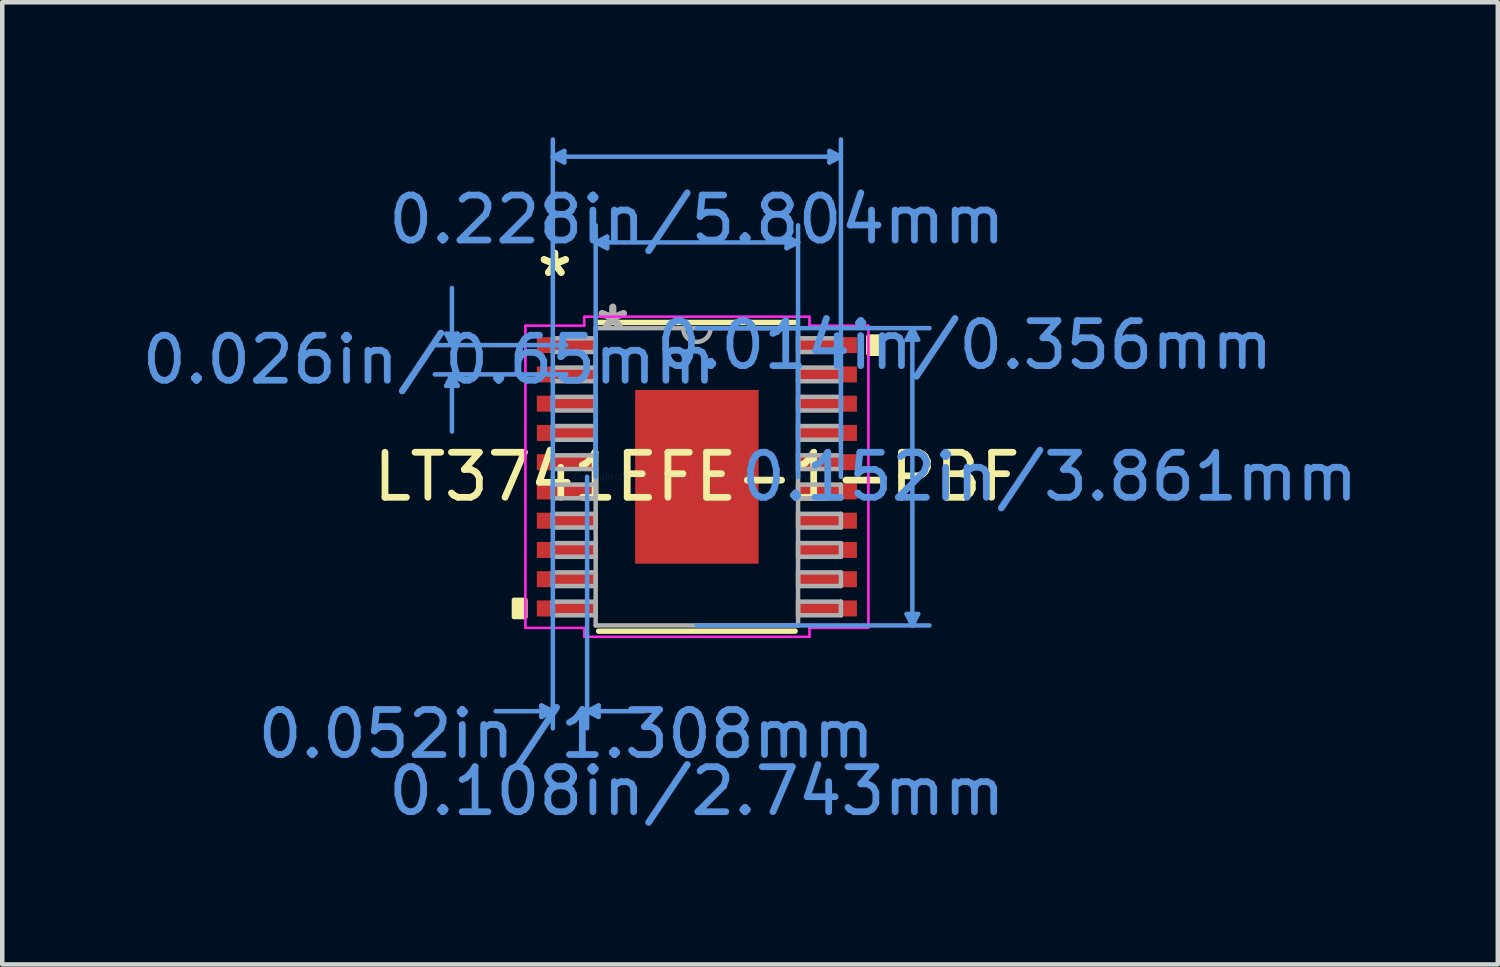
<source format=kicad_pcb>
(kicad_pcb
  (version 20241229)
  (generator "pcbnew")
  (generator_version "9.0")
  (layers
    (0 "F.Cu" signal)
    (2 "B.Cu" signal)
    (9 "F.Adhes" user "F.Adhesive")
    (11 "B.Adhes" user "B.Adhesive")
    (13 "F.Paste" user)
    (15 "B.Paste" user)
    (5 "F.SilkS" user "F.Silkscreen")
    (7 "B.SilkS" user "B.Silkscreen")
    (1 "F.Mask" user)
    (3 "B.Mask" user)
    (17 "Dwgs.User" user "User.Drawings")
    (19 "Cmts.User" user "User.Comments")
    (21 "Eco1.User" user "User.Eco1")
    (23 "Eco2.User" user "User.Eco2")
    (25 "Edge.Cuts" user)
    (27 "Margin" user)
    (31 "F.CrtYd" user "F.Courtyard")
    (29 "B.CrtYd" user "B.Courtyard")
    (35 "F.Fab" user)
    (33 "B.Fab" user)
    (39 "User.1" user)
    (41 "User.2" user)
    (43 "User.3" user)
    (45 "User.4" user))
  (footprint "LT3741EFE-1-PBF"
    (layer "F.Cu")
    (at 12.432 7.543)
    (property "Reference" "LT3741EFE-1-PBF" (at 0 0 0) (layer "F.SilkS") (effects (font (size 1 1) (thickness 0.15))))
    (attr through_hole)
    (fp_line (start -2.183 3.429) (end 2.183 3.429) (stroke (width 0.12) (type solid)) (layer "F.SilkS"))
    (fp_line (start 2.183 -3.429) (end -2.183 -3.429) (stroke (width 0.12) (type solid)) (layer "F.SilkS"))
    (fp_poly (pts (xy -4.064 2.734) (xy -4.064 3.115) (xy -3.81 3.115) (xy -3.81 2.734)) (stroke (width 0.1) (type solid)) (fill yes) (layer "F.SilkS"))
    (fp_poly (pts (xy 4.064 -3.115) (xy 4.064 -2.734) (xy 3.81 -2.734) (xy 3.81 -3.115)) (stroke (width 0.1) (type solid)) (fill yes) (layer "F.SilkS"))
    (fp_poly (pts (xy -1.272 -1.83) (xy -1.272 -0.743) (xy -0.1 -0.743) (xy -0.1 -1.83)) (stroke (width 0.1) (type solid)) (fill yes) (layer "F.Paste"))
    (fp_poly (pts (xy -1.272 -0.543) (xy -1.272 0.543) (xy -0.1 0.543) (xy -0.1 -0.543)) (stroke (width 0.1) (type solid)) (fill yes) (layer "F.Paste"))
    (fp_poly (pts (xy -1.272 0.743) (xy -1.272 1.83) (xy -0.1 1.83) (xy -0.1 0.743)) (stroke (width 0.1) (type solid)) (fill yes) (layer "F.Paste"))
    (fp_poly (pts (xy 0.1 -1.83) (xy 0.1 -0.743) (xy 1.272 -0.743) (xy 1.272 -1.83)) (stroke (width 0.1) (type solid)) (fill yes) (layer "F.Paste"))
    (fp_poly (pts (xy 0.1 -0.543) (xy 0.1 0.543) (xy 1.272 0.543) (xy 1.272 -0.543)) (stroke (width 0.1) (type solid)) (fill yes) (layer "F.Paste"))
    (fp_poly (pts (xy 0.1 0.743) (xy 0.1 1.83) (xy 1.272 1.83) (xy 1.272 0.743)) (stroke (width 0.1) (type solid)) (fill yes) (layer "F.Paste"))
    (fp_line (start -5.569 -3.179) (end -5.315 -3.179) (stroke (width 0.1) (type solid)) (layer "Cmts.User"))
    (fp_line (start -5.569 -2.021) (end -5.315 -2.021) (stroke (width 0.1) (type solid)) (layer "Cmts.User"))
    (fp_line (start -5.442 -2.925) (end -5.569 -3.179) (stroke (width 0.1) (type solid)) (layer "Cmts.User"))
    (fp_line (start -5.442 -2.925) (end -5.442 -4.195) (stroke (width 0.1) (type solid)) (layer "Cmts.User"))
    (fp_line (start -5.442 -2.925) (end -5.315 -3.179) (stroke (width 0.1) (type solid)) (layer "Cmts.User"))
    (fp_line (start -5.442 -2.275) (end -5.569 -2.021) (stroke (width 0.1) (type solid)) (layer "Cmts.User"))
    (fp_line (start -5.442 -2.275) (end -5.442 -1.005) (stroke (width 0.1) (type solid)) (layer "Cmts.User"))
    (fp_line (start -5.442 -2.275) (end -5.315 -2.021) (stroke (width 0.1) (type solid)) (layer "Cmts.User"))
    (fp_line (start -3.454 5.08) (end -3.454 5.334) (stroke (width 0.1) (type solid)) (layer "Cmts.User"))
    (fp_line (start -3.2 -7.112) (end -2.946 -7.239) (stroke (width 0.1) (type solid)) (layer "Cmts.User"))
    (fp_line (start -3.2 -7.112) (end -2.946 -6.985) (stroke (width 0.1) (type solid)) (layer "Cmts.User"))
    (fp_line (start -3.2 -7.112) (end 3.2 -7.112) (stroke (width 0.1) (type solid)) (layer "Cmts.User"))
    (fp_line (start -3.2 0) (end -3.2 -7.493) (stroke (width 0.1) (type solid)) (layer "Cmts.User"))
    (fp_line (start -3.2 0) (end -3.2 5.588) (stroke (width 0.1) (type solid)) (layer "Cmts.User"))
    (fp_line (start -3.2 5.207) (end -4.47 5.207) (stroke (width 0.1) (type solid)) (layer "Cmts.User"))
    (fp_line (start -3.2 5.207) (end -3.454 5.08) (stroke (width 0.1) (type solid)) (layer "Cmts.User"))
    (fp_line (start -3.2 5.207) (end -3.454 5.334) (stroke (width 0.1) (type solid)) (layer "Cmts.User"))
    (fp_line (start -2.946 -7.239) (end -2.946 -6.985) (stroke (width 0.1) (type solid)) (layer "Cmts.User"))
    (fp_line (start -2.902 -2.925) (end -5.823 -2.925) (stroke (width 0.1) (type solid)) (layer "Cmts.User"))
    (fp_line (start -2.902 -2.275) (end -5.823 -2.275) (stroke (width 0.1) (type solid)) (layer "Cmts.User"))
    (fp_line (start -2.438 0) (end -2.438 5.588) (stroke (width 0.1) (type solid)) (layer "Cmts.User"))
    (fp_line (start -2.438 5.207) (end -2.184 5.08) (stroke (width 0.1) (type solid)) (layer "Cmts.User"))
    (fp_line (start -2.438 5.207) (end -2.184 5.334) (stroke (width 0.1) (type solid)) (layer "Cmts.User"))
    (fp_line (start -2.438 5.207) (end -1.168 5.207) (stroke (width 0.1) (type solid)) (layer "Cmts.User"))
    (fp_line (start -2.248 -5.207) (end -1.994 -5.334) (stroke (width 0.1) (type solid)) (layer "Cmts.User"))
    (fp_line (start -2.248 -5.207) (end -1.994 -5.08) (stroke (width 0.1) (type solid)) (layer "Cmts.User"))
    (fp_line (start -2.248 -5.207) (end 2.248 -5.207) (stroke (width 0.1) (type solid)) (layer "Cmts.User"))
    (fp_line (start -2.248 0) (end -2.248 -5.588) (stroke (width 0.1) (type solid)) (layer "Cmts.User"))
    (fp_line (start -2.184 5.08) (end -2.184 5.334) (stroke (width 0.1) (type solid)) (layer "Cmts.User"))
    (fp_line (start -1.994 -5.334) (end -1.994 -5.08) (stroke (width 0.1) (type solid)) (layer "Cmts.User"))
    (fp_line (start 0 -3.302) (end 5.169 -3.302) (stroke (width 0.1) (type solid)) (layer "Cmts.User"))
    (fp_line (start 0 3.302) (end 5.169 3.302) (stroke (width 0.1) (type solid)) (layer "Cmts.User"))
    (fp_line (start 1.994 -5.334) (end 1.994 -5.08) (stroke (width 0.1) (type solid)) (layer "Cmts.User"))
    (fp_line (start 2.248 -5.207) (end 1.994 -5.334) (stroke (width 0.1) (type solid)) (layer "Cmts.User"))
    (fp_line (start 2.248 -5.207) (end 1.994 -5.08) (stroke (width 0.1) (type solid)) (layer "Cmts.User"))
    (fp_line (start 2.248 0) (end 2.248 -5.588) (stroke (width 0.1) (type solid)) (layer "Cmts.User"))
    (fp_line (start 2.946 -7.239) (end 2.946 -6.985) (stroke (width 0.1) (type solid)) (layer "Cmts.User"))
    (fp_line (start 3.2 -7.112) (end 2.946 -7.239) (stroke (width 0.1) (type solid)) (layer "Cmts.User"))
    (fp_line (start 3.2 -7.112) (end 2.946 -6.985) (stroke (width 0.1) (type solid)) (layer "Cmts.User"))
    (fp_line (start 3.2 0) (end 3.2 -7.493) (stroke (width 0.1) (type solid)) (layer "Cmts.User"))
    (fp_line (start 4.661 -3.048) (end 4.915 -3.048) (stroke (width 0.1) (type solid)) (layer "Cmts.User"))
    (fp_line (start 4.661 3.048) (end 4.915 3.048) (stroke (width 0.1) (type solid)) (layer "Cmts.User"))
    (fp_line (start 4.788 -3.302) (end 4.661 -3.048) (stroke (width 0.1) (type solid)) (layer "Cmts.User"))
    (fp_line (start 4.788 -3.302) (end 4.788 3.302) (stroke (width 0.1) (type solid)) (layer "Cmts.User"))
    (fp_line (start 4.788 -3.302) (end 4.915 -3.048) (stroke (width 0.1) (type solid)) (layer "Cmts.User"))
    (fp_line (start 4.788 3.302) (end 4.661 3.048) (stroke (width 0.1) (type solid)) (layer "Cmts.User"))
    (fp_line (start 4.788 3.302) (end 4.915 3.048) (stroke (width 0.1) (type solid)) (layer "Cmts.User"))
    (fp_line (start -3.81 -3.357) (end -2.502 -3.357) (stroke (width 0.05) (type solid)) (layer "F.CrtYd"))
    (fp_line (start -3.81 -3.357) (end -2.502 -3.357) (stroke (width 0.05) (type solid)) (layer "F.CrtYd"))
    (fp_line (start -3.81 3.357) (end -3.81 -3.357) (stroke (width 0.05) (type solid)) (layer "F.CrtYd"))
    (fp_line (start -3.81 3.357) (end -3.81 -3.357) (stroke (width 0.05) (type solid)) (layer "F.CrtYd"))
    (fp_line (start -3.81 3.357) (end -2.502 3.357) (stroke (width 0.05) (type solid)) (layer "F.CrtYd"))
    (fp_line (start -2.502 -3.556) (end 2.502 -3.556) (stroke (width 0.05) (type solid)) (layer "F.CrtYd"))
    (fp_line (start -2.502 -3.556) (end 2.502 -3.556) (stroke (width 0.05) (type solid)) (layer "F.CrtYd"))
    (fp_line (start -2.502 -3.357) (end -2.502 -3.556) (stroke (width 0.05) (type solid)) (layer "F.CrtYd"))
    (fp_line (start -2.502 -3.357) (end -2.502 -3.556) (stroke (width 0.05) (type solid)) (layer "F.CrtYd"))
    (fp_line (start -2.502 3.357) (end -3.81 3.357) (stroke (width 0.05) (type solid)) (layer "F.CrtYd"))
    (fp_line (start -2.502 3.556) (end -2.502 3.357) (stroke (width 0.05) (type solid)) (layer "F.CrtYd"))
    (fp_line (start -2.502 3.556) (end -2.502 3.357) (stroke (width 0.05) (type solid)) (layer "F.CrtYd"))
    (fp_line (start 2.502 -3.556) (end 2.502 -3.357) (stroke (width 0.05) (type solid)) (layer "F.CrtYd"))
    (fp_line (start 2.502 -3.556) (end 2.502 -3.357) (stroke (width 0.05) (type solid)) (layer "F.CrtYd"))
    (fp_line (start 2.502 -3.357) (end 3.81 -3.357) (stroke (width 0.05) (type solid)) (layer "F.CrtYd"))
    (fp_line (start 2.502 3.357) (end 2.502 3.556) (stroke (width 0.05) (type solid)) (layer "F.CrtYd"))
    (fp_line (start 2.502 3.357) (end 2.502 3.556) (stroke (width 0.05) (type solid)) (layer "F.CrtYd"))
    (fp_line (start 2.502 3.556) (end -2.502 3.556) (stroke (width 0.05) (type solid)) (layer "F.CrtYd"))
    (fp_line (start 2.502 3.556) (end -2.502 3.556) (stroke (width 0.05) (type solid)) (layer "F.CrtYd"))
    (fp_line (start 3.81 -3.357) (end 2.502 -3.357) (stroke (width 0.05) (type solid)) (layer "F.CrtYd"))
    (fp_line (start 3.81 -3.357) (end 3.81 3.357) (stroke (width 0.05) (type solid)) (layer "F.CrtYd"))
    (fp_line (start 3.81 -3.357) (end 3.81 3.357) (stroke (width 0.05) (type solid)) (layer "F.CrtYd"))
    (fp_line (start 3.81 3.357) (end 2.502 3.357) (stroke (width 0.05) (type solid)) (layer "F.CrtYd"))
    (fp_line (start 3.81 3.357) (end 2.502 3.357) (stroke (width 0.05) (type solid)) (layer "F.CrtYd"))
    (fp_line (start -3.2 -3.077) (end -3.2 -2.773) (stroke (width 0.1) (type solid)) (layer "F.Fab"))
    (fp_line (start -3.2 -2.773) (end -2.248 -2.773) (stroke (width 0.1) (type solid)) (layer "F.Fab"))
    (fp_line (start -3.2 -2.427) (end -3.2 -2.123) (stroke (width 0.1) (type solid)) (layer "F.Fab"))
    (fp_line (start -3.2 -2.123) (end -2.248 -2.123) (stroke (width 0.1) (type solid)) (layer "F.Fab"))
    (fp_line (start -3.2 -1.777) (end -3.2 -1.473) (stroke (width 0.1) (type solid)) (layer "F.Fab"))
    (fp_line (start -3.2 -1.473) (end -2.248 -1.473) (stroke (width 0.1) (type solid)) (layer "F.Fab"))
    (fp_line (start -3.2 -1.127) (end -3.2 -0.823) (stroke (width 0.1) (type solid)) (layer "F.Fab"))
    (fp_line (start -3.2 -0.823) (end -2.248 -0.823) (stroke (width 0.1) (type solid)) (layer "F.Fab"))
    (fp_line (start -3.2 -0.477) (end -3.2 -0.173) (stroke (width 0.1) (type solid)) (layer "F.Fab"))
    (fp_line (start -3.2 -0.173) (end -2.248 -0.173) (stroke (width 0.1) (type solid)) (layer "F.Fab"))
    (fp_line (start -3.2 0.173) (end -3.2 0.477) (stroke (width 0.1) (type solid)) (layer "F.Fab"))
    (fp_line (start -3.2 0.477) (end -2.248 0.477) (stroke (width 0.1) (type solid)) (layer "F.Fab"))
    (fp_line (start -3.2 0.823) (end -3.2 1.127) (stroke (width 0.1) (type solid)) (layer "F.Fab"))
    (fp_line (start -3.2 1.127) (end -2.248 1.127) (stroke (width 0.1) (type solid)) (layer "F.Fab"))
    (fp_line (start -3.2 1.473) (end -3.2 1.777) (stroke (width 0.1) (type solid)) (layer "F.Fab"))
    (fp_line (start -3.2 1.777) (end -2.248 1.777) (stroke (width 0.1) (type solid)) (layer "F.Fab"))
    (fp_line (start -3.2 2.123) (end -3.2 2.427) (stroke (width 0.1) (type solid)) (layer "F.Fab"))
    (fp_line (start -3.2 2.427) (end -2.248 2.427) (stroke (width 0.1) (type solid)) (layer "F.Fab"))
    (fp_line (start -3.2 2.773) (end -3.2 3.077) (stroke (width 0.1) (type solid)) (layer "F.Fab"))
    (fp_line (start -3.2 3.077) (end -2.248 3.077) (stroke (width 0.1) (type solid)) (layer "F.Fab"))
    (fp_line (start -2.248 -3.302) (end -2.248 3.302) (stroke (width 0.1) (type solid)) (layer "F.Fab"))
    (fp_line (start -2.248 -3.077) (end -3.2 -3.077) (stroke (width 0.1) (type solid)) (layer "F.Fab"))
    (fp_line (start -2.248 -2.773) (end -2.248 -3.077) (stroke (width 0.1) (type solid)) (layer "F.Fab"))
    (fp_line (start -2.248 -2.427) (end -3.2 -2.427) (stroke (width 0.1) (type solid)) (layer "F.Fab"))
    (fp_line (start -2.248 -2.123) (end -2.248 -2.427) (stroke (width 0.1) (type solid)) (layer "F.Fab"))
    (fp_line (start -2.248 -1.777) (end -3.2 -1.777) (stroke (width 0.1) (type solid)) (layer "F.Fab"))
    (fp_line (start -2.248 -1.473) (end -2.248 -1.777) (stroke (width 0.1) (type solid)) (layer "F.Fab"))
    (fp_line (start -2.248 -1.127) (end -3.2 -1.127) (stroke (width 0.1) (type solid)) (layer "F.Fab"))
    (fp_line (start -2.248 -0.823) (end -2.248 -1.127) (stroke (width 0.1) (type solid)) (layer "F.Fab"))
    (fp_line (start -2.248 -0.477) (end -3.2 -0.477) (stroke (width 0.1) (type solid)) (layer "F.Fab"))
    (fp_line (start -2.248 -0.173) (end -2.248 -0.477) (stroke (width 0.1) (type solid)) (layer "F.Fab"))
    (fp_line (start -2.248 0.173) (end -3.2 0.173) (stroke (width 0.1) (type solid)) (layer "F.Fab"))
    (fp_line (start -2.248 0.477) (end -2.248 0.173) (stroke (width 0.1) (type solid)) (layer "F.Fab"))
    (fp_line (start -2.248 0.823) (end -3.2 0.823) (stroke (width 0.1) (type solid)) (layer "F.Fab"))
    (fp_line (start -2.248 1.127) (end -2.248 0.823) (stroke (width 0.1) (type solid)) (layer "F.Fab"))
    (fp_line (start -2.248 1.473) (end -3.2 1.473) (stroke (width 0.1) (type solid)) (layer "F.Fab"))
    (fp_line (start -2.248 1.777) (end -2.248 1.473) (stroke (width 0.1) (type solid)) (layer "F.Fab"))
    (fp_line (start -2.248 2.123) (end -3.2 2.123) (stroke (width 0.1) (type solid)) (layer "F.Fab"))
    (fp_line (start -2.248 2.427) (end -2.248 2.123) (stroke (width 0.1) (type solid)) (layer "F.Fab"))
    (fp_line (start -2.248 2.773) (end -3.2 2.773) (stroke (width 0.1) (type solid)) (layer "F.Fab"))
    (fp_line (start -2.248 3.077) (end -2.248 2.773) (stroke (width 0.1) (type solid)) (layer "F.Fab"))
    (fp_line (start -2.248 3.302) (end 2.248 3.302) (stroke (width 0.1) (type solid)) (layer "F.Fab"))
    (fp_line (start 2.248 -3.302) (end -2.248 -3.302) (stroke (width 0.1) (type solid)) (layer "F.Fab"))
    (fp_line (start 2.248 -3.077) (end 2.248 -2.773) (stroke (width 0.1) (type solid)) (layer "F.Fab"))
    (fp_line (start 2.248 -2.773) (end 3.2 -2.773) (stroke (width 0.1) (type solid)) (layer "F.Fab"))
    (fp_line (start 2.248 -2.427) (end 2.248 -2.123) (stroke (width 0.1) (type solid)) (layer "F.Fab"))
    (fp_line (start 2.248 -2.123) (end 3.2 -2.123) (stroke (width 0.1) (type solid)) (layer "F.Fab"))
    (fp_line (start 2.248 -1.777) (end 2.248 -1.473) (stroke (width 0.1) (type solid)) (layer "F.Fab"))
    (fp_line (start 2.248 -1.473) (end 3.2 -1.473) (stroke (width 0.1) (type solid)) (layer "F.Fab"))
    (fp_line (start 2.248 -1.127) (end 2.248 -0.823) (stroke (width 0.1) (type solid)) (layer "F.Fab"))
    (fp_line (start 2.248 -0.823) (end 3.2 -0.823) (stroke (width 0.1) (type solid)) (layer "F.Fab"))
    (fp_line (start 2.248 -0.477) (end 2.248 -0.173) (stroke (width 0.1) (type solid)) (layer "F.Fab"))
    (fp_line (start 2.248 -0.173) (end 3.2 -0.173) (stroke (width 0.1) (type solid)) (layer "F.Fab"))
    (fp_line (start 2.248 0.173) (end 2.248 0.477) (stroke (width 0.1) (type solid)) (layer "F.Fab"))
    (fp_line (start 2.248 0.477) (end 3.2 0.477) (stroke (width 0.1) (type solid)) (layer "F.Fab"))
    (fp_line (start 2.248 0.823) (end 2.248 1.127) (stroke (width 0.1) (type solid)) (layer "F.Fab"))
    (fp_line (start 2.248 1.127) (end 3.2 1.127) (stroke (width 0.1) (type solid)) (layer "F.Fab"))
    (fp_line (start 2.248 1.473) (end 2.248 1.777) (stroke (width 0.1) (type solid)) (layer "F.Fab"))
    (fp_line (start 2.248 1.777) (end 3.2 1.777) (stroke (width 0.1) (type solid)) (layer "F.Fab"))
    (fp_line (start 2.248 2.123) (end 2.248 2.427) (stroke (width 0.1) (type solid)) (layer "F.Fab"))
    (fp_line (start 2.248 2.427) (end 3.2 2.427) (stroke (width 0.1) (type solid)) (layer "F.Fab"))
    (fp_line (start 2.248 2.773) (end 2.248 3.077) (stroke (width 0.1) (type solid)) (layer "F.Fab"))
    (fp_line (start 2.248 3.077) (end 3.2 3.077) (stroke (width 0.1) (type solid)) (layer "F.Fab"))
    (fp_line (start 2.248 3.302) (end 2.248 -3.302) (stroke (width 0.1) (type solid)) (layer "F.Fab"))
    (fp_line (start 3.2 -3.077) (end 2.248 -3.077) (stroke (width 0.1) (type solid)) (layer "F.Fab"))
    (fp_line (start 3.2 -2.773) (end 3.2 -3.077) (stroke (width 0.1) (type solid)) (layer "F.Fab"))
    (fp_line (start 3.2 -2.427) (end 2.248 -2.427) (stroke (width 0.1) (type solid)) (layer "F.Fab"))
    (fp_line (start 3.2 -2.123) (end 3.2 -2.427) (stroke (width 0.1) (type solid)) (layer "F.Fab"))
    (fp_line (start 3.2 -1.777) (end 2.248 -1.777) (stroke (width 0.1) (type solid)) (layer "F.Fab"))
    (fp_line (start 3.2 -1.473) (end 3.2 -1.777) (stroke (width 0.1) (type solid)) (layer "F.Fab"))
    (fp_line (start 3.2 -1.127) (end 2.248 -1.127) (stroke (width 0.1) (type solid)) (layer "F.Fab"))
    (fp_line (start 3.2 -0.823) (end 3.2 -1.127) (stroke (width 0.1) (type solid)) (layer "F.Fab"))
    (fp_line (start 3.2 -0.477) (end 2.248 -0.477) (stroke (width 0.1) (type solid)) (layer "F.Fab"))
    (fp_line (start 3.2 -0.173) (end 3.2 -0.477) (stroke (width 0.1) (type solid)) (layer "F.Fab"))
    (fp_line (start 3.2 0.173) (end 2.248 0.173) (stroke (width 0.1) (type solid)) (layer "F.Fab"))
    (fp_line (start 3.2 0.477) (end 3.2 0.173) (stroke (width 0.1) (type solid)) (layer "F.Fab"))
    (fp_line (start 3.2 0.823) (end 2.248 0.823) (stroke (width 0.1) (type solid)) (layer "F.Fab"))
    (fp_line (start 3.2 1.127) (end 3.2 0.823) (stroke (width 0.1) (type solid)) (layer "F.Fab"))
    (fp_line (start 3.2 1.473) (end 2.248 1.473) (stroke (width 0.1) (type solid)) (layer "F.Fab"))
    (fp_line (start 3.2 1.777) (end 3.2 1.473) (stroke (width 0.1) (type solid)) (layer "F.Fab"))
    (fp_line (start 3.2 2.123) (end 2.248 2.123) (stroke (width 0.1) (type solid)) (layer "F.Fab"))
    (fp_line (start 3.2 2.427) (end 3.2 2.123) (stroke (width 0.1) (type solid)) (layer "F.Fab"))
    (fp_line (start 3.2 2.773) (end 2.248 2.773) (stroke (width 0.1) (type solid)) (layer "F.Fab"))
    (fp_line (start 3.2 3.077) (end 3.2 2.773) (stroke (width 0.1) (type solid)) (layer "F.Fab"))
    (fp_arc (start 0.3048 -3.302) (mid 0 -2.9972) (end -0.3048 -3.302) (stroke (width 0.1) (type solid)) (layer "F.Fab"))
    (fp_text user "*" (at -3.156 -4.424 0) (layer "F.SilkS") (effects (font (size 1 1) (thickness 0.15))))
    (fp_text user "*" (at -3.156 -4.424 0) (layer "F.SilkS") (effects (font (size 1 1) (thickness 0.15))))
    (fp_text user "0.228in/5.804mm" (at 0 -5.715 0) (layer "Cmts.User") (effects (font (size 1 1) (thickness 0.15))))
    (fp_text user "0.152in/3.861mm" (at 7.836 0 0) (layer "Cmts.User") (effects (font (size 1 1) (thickness 0.15))))
    (fp_text user "0.108in/2.743mm" (at 0 6.985 0) (layer "Cmts.User") (effects (font (size 1 1) (thickness 0.15))))
    (fp_text user "0.052in/1.308mm" (at -2.902 5.715 0) (layer "Cmts.User") (effects (font (size 1 1) (thickness 0.15))))
    (fp_text user "0.026in/0.65mm" (at -5.95 -2.6 0) (layer "Cmts.User") (effects (font (size 1 1) (thickness 0.15))))
    (fp_text user "Copyright 2021 Accelerated Designs. All rights reserved." (at 0 0 0) (layer "Cmts.User") (effects (font (size 0.127 0.127) (thickness 0.002))))
    (fp_text user "0.014in/0.356mm" (at 5.95 -2.925 0) (layer "Cmts.User") (effects (font (size 1 1) (thickness 0.15))))
    (fp_text user "*" (at -1.867 -3.226 0) (layer "F.Fab") (effects (font (size 1 1) (thickness 0.15))))
    (fp_text user "*" (at -1.867 -3.226 0) (layer "F.Fab") (effects (font (size 1 1) (thickness 0.15))))
    (pad "1" smd rect (at -2.902 -2.925) (size 1.308 0.356) (layers "F.Cu" "F.Mask" "F.Paste"))
    (pad "2" smd rect (at -2.902 -2.275) (size 1.308 0.356) (layers "F.Cu" "F.Mask" "F.Paste"))
    (pad "3" smd rect (at -2.902 -1.625) (size 1.308 0.356) (layers "F.Cu" "F.Mask" "F.Paste"))
    (pad "4" smd rect (at -2.902 -0.975) (size 1.308 0.356) (layers "F.Cu" "F.Mask" "F.Paste"))
    (pad "5" smd rect (at -2.902 -0.325) (size 1.308 0.356) (layers "F.Cu" "F.Mask" "F.Paste"))
    (pad "6" smd rect (at -2.902 0.325) (size 1.308 0.356) (layers "F.Cu" "F.Mask" "F.Paste"))
    (pad "7" smd rect (at -2.902 0.975) (size 1.308 0.356) (layers "F.Cu" "F.Mask" "F.Paste"))
    (pad "8" smd rect (at -2.902 1.625) (size 1.308 0.356) (layers "F.Cu" "F.Mask" "F.Paste"))
    (pad "9" smd rect (at -2.902 2.275) (size 1.308 0.356) (layers "F.Cu" "F.Mask" "F.Paste"))
    (pad "10" smd rect (at -2.902 2.925) (size 1.308 0.356) (layers "F.Cu" "F.Mask" "F.Paste"))
    (pad "11" smd rect (at 2.902 2.925) (size 1.308 0.356) (layers "F.Cu" "F.Mask" "F.Paste"))
    (pad "12" smd rect (at 2.902 2.275) (size 1.308 0.356) (layers "F.Cu" "F.Mask" "F.Paste"))
    (pad "13" smd rect (at 2.902 1.625) (size 1.308 0.356) (layers "F.Cu" "F.Mask" "F.Paste"))
    (pad "14" smd rect (at 2.902 0.975) (size 1.308 0.356) (layers "F.Cu" "F.Mask" "F.Paste"))
    (pad "15" smd rect (at 2.902 0.325) (size 1.308 0.356) (layers "F.Cu" "F.Mask" "F.Paste"))
    (pad "16" smd rect (at 2.902 -0.325) (size 1.308 0.356) (layers "F.Cu" "F.Mask" "F.Paste"))
    (pad "17" smd rect (at 2.902 -0.975) (size 1.308 0.356) (layers "F.Cu" "F.Mask" "F.Paste"))
    (pad "18" smd rect (at 2.902 -1.625) (size 1.308 0.356) (layers "F.Cu" "F.Mask" "F.Paste"))
    (pad "19" smd rect (at 2.902 -2.275) (size 1.308 0.356) (layers "F.Cu" "F.Mask" "F.Paste"))
    (pad "20" smd rect (at 2.902 -2.925) (size 1.308 0.356) (layers "F.Cu" "F.Mask" "F.Paste"))
    (pad "EPAD" smd rect (at 0 0) (size 2.743 3.861) (layers "F.Cu" "F.Mask")))
  (gr_rect
    (start -3 -3)
    (end 30.226 18.376)
    (stroke (width 0.1) (type default))
    (fill no)
    (layer "Edge.Cuts")))
</source>
